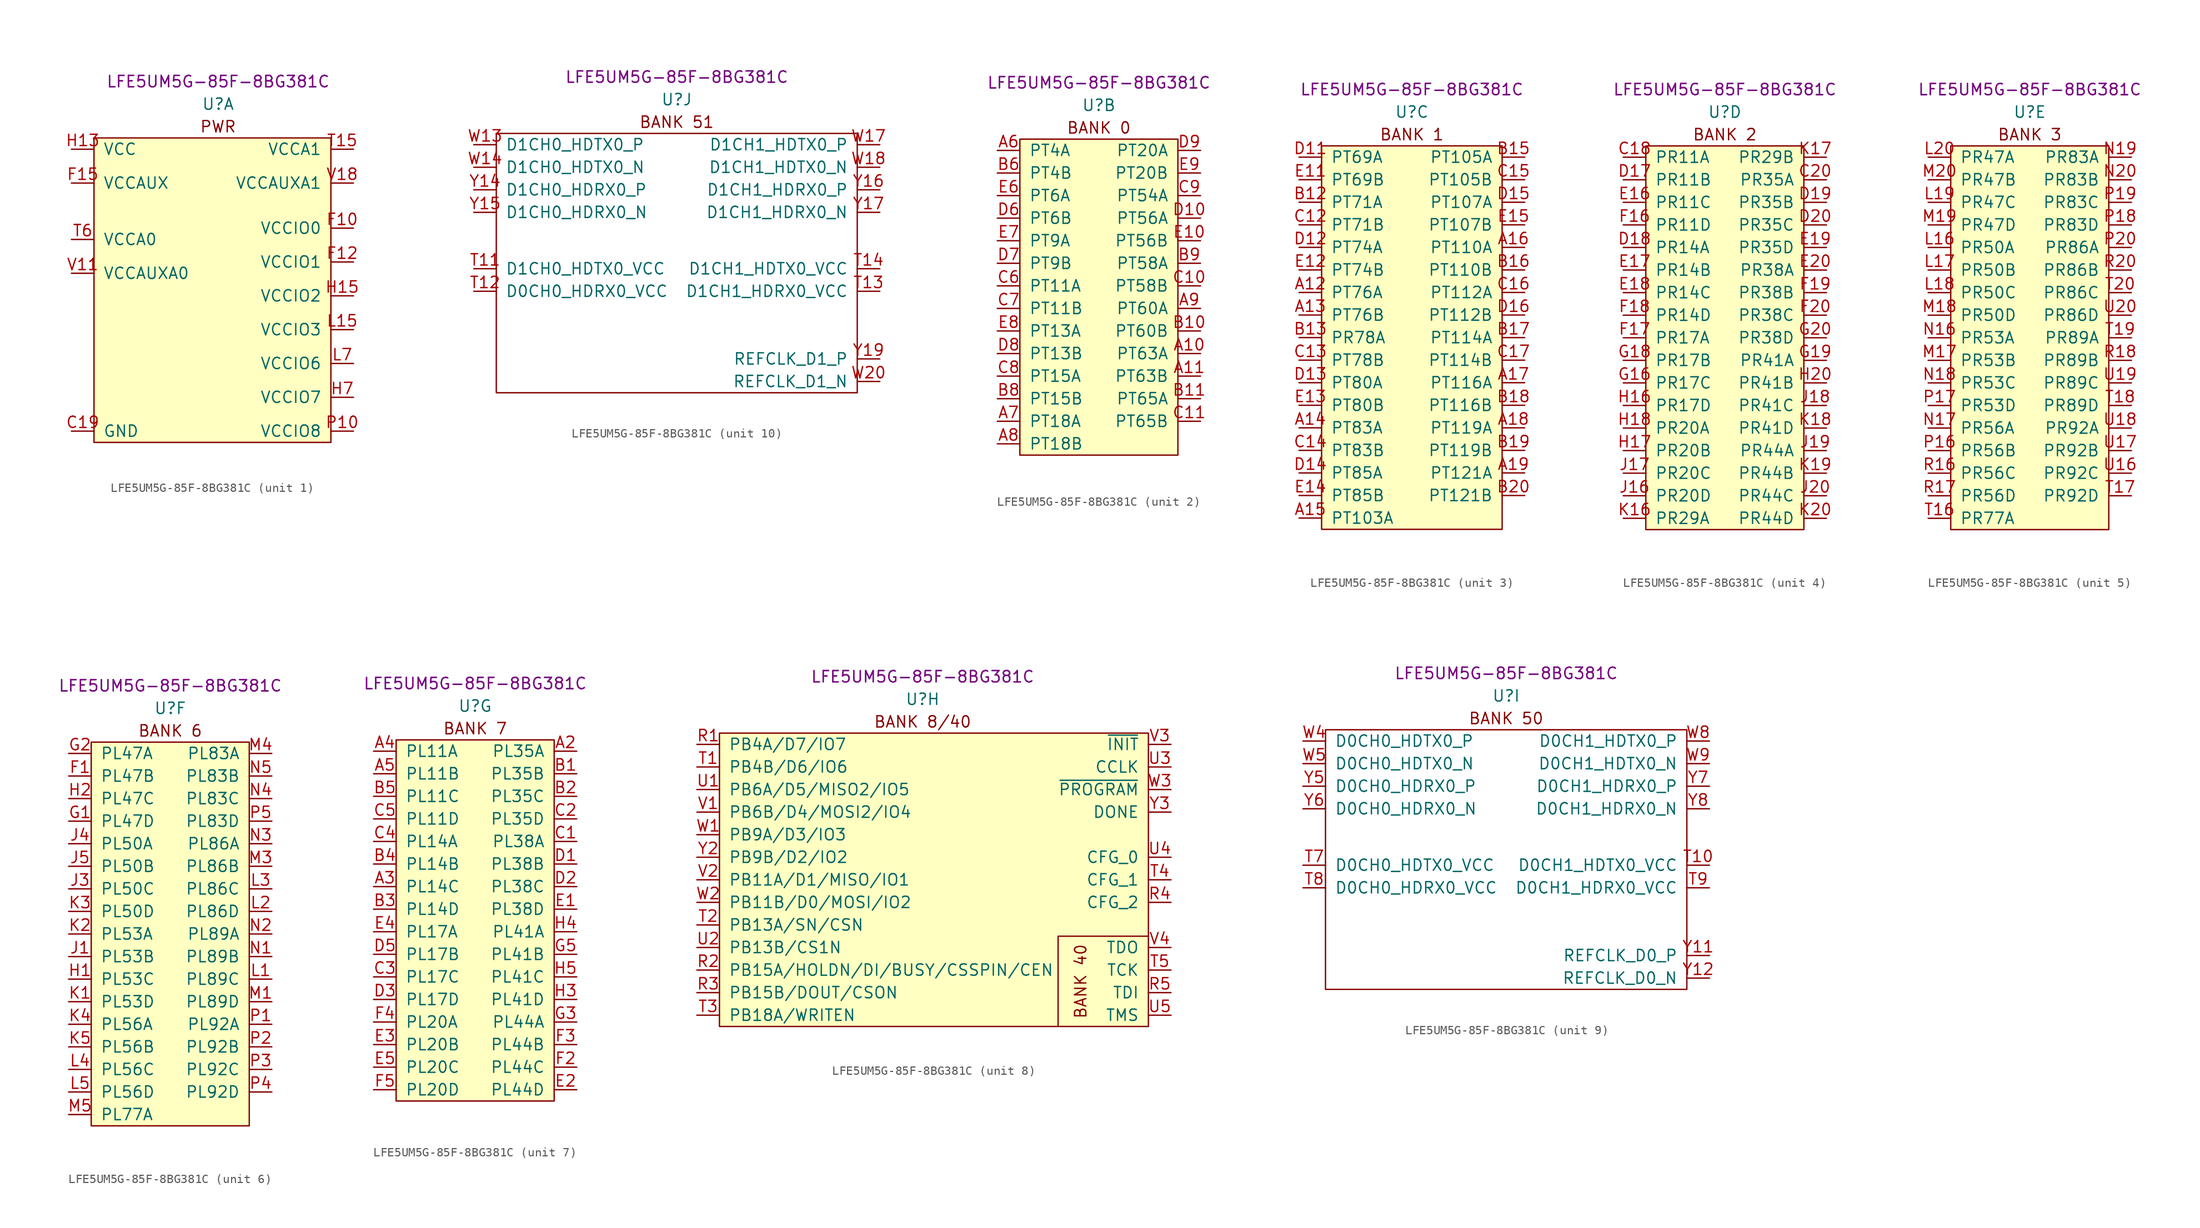
<source format=kicad_sym>
(kicad_symbol_lib
  (version 20231120)
  (generator "kicad_symbol_editor")
  (generator_version "8.0")
  (symbol "LFE5UM5G-85F-8BG381C"
    (pin_names
      (offset 1.016))
    (property "Reference" "U"
      (at 0 6.35 0)
      (effects (font (size 1.27 1.27))))
    (property "Value" "LFE5UM5G-85F-8BG381C"
      (at 0 8.89 0)
      (effects (font (size 1.27 1.27))))
    (property "MPN" "LFE5UM5G-85F-8BG381C"
      (at 0 8.89 0)
      (effects (font (size 1.27 1.27))))
    (property "ki_locked" ""
      (at 0 0 0)
      (effects (font (size 1.27 1.27))))
    (symbol "LFE5UM5G-85F-8BG381C_1_0"
      (text "PWR" (at 0 3.81 0) (effects (font (size 1.27 1.27)))))
    (symbol "LFE5UM5G-85F-8BG381C_1_1"
      (rectangle (start -13.97 2.54) (end 12.7 -31.75) (stroke (width 0) (type default)) (fill (type background)))
      (pin passive line (at -16.51 -30.48 0) (length 2.54) hide (name "GND" (effects (font (size 1.27 1.27)))) (number "B14" (effects (font (size 1.27 1.27)))))
      (pin passive line (at -16.51 -30.48 0) (length 2.54) hide (name "GND" (effects (font (size 1.27 1.27)))) (number "B7" (effects (font (size 1.27 1.27)))))
      (pin passive line (at -16.51 -30.48 0) (length 2.54) (name "GND" (effects (font (size 1.27 1.27)))) (number "C19" (effects (font (size 1.27 1.27)))))
      (pin passive line (at -16.51 -30.48 0) (length 2.54) hide (name "GND" (effects (font (size 1.27 1.27)))) (number "D4" (effects (font (size 1.27 1.27)))))
      (pin power_in line (at 15.24 -7.62 180) (length 2.54) (name "VCCIO0" (effects (font (size 1.27 1.27)))) (number "F10" (effects (font (size 1.27 1.27)))))
      (pin passive line (at 15.24 -11.43 180) (length 2.54) hide (name "VCCIO1" (effects (font (size 1.27 1.27)))) (number "F11" (effects (font (size 1.27 1.27)))))
      (pin power_in line (at 15.24 -11.43 180) (length 2.54) (name "VCCIO1" (effects (font (size 1.27 1.27)))) (number "F12" (effects (font (size 1.27 1.27)))))
      (pin passive line (at -16.51 -30.48 0) (length 2.54) hide (name "GND" (effects (font (size 1.27 1.27)))) (number "F13" (effects (font (size 1.27 1.27)))))
      (pin passive line (at -16.51 -30.48 0) (length 2.54) hide (name "GND" (effects (font (size 1.27 1.27)))) (number "F14" (effects (font (size 1.27 1.27)))))
      (pin power_in line (at -16.51 -2.54 0) (length 2.54) (name "VCCAUX" (effects (font (size 1.27 1.27)))) (number "F15" (effects (font (size 1.27 1.27)))))
      (pin passive line (at -16.51 -2.54 0) (length 2.54) hide (name "VCCAUX" (effects (font (size 1.27 1.27)))) (number "F6" (effects (font (size 1.27 1.27)))))
      (pin passive line (at -16.51 -30.48 0) (length 2.54) hide (name "GND" (effects (font (size 1.27 1.27)))) (number "F7" (effects (font (size 1.27 1.27)))))
      (pin passive line (at -16.51 -30.48 0) (length 2.54) hide (name "GND" (effects (font (size 1.27 1.27)))) (number "F8" (effects (font (size 1.27 1.27)))))
      (pin passive line (at 15.24 -7.62 180) (length 2.54) hide (name "VCCIO0" (effects (font (size 1.27 1.27)))) (number "F9" (effects (font (size 1.27 1.27)))))
      (pin passive line (at -16.51 -30.48 0) (length 2.54) hide (name "GND" (effects (font (size 1.27 1.27)))) (number "G10" (effects (font (size 1.27 1.27)))))
      (pin passive line (at -16.51 -30.48 0) (length 2.54) hide (name "GND" (effects (font (size 1.27 1.27)))) (number "G11" (effects (font (size 1.27 1.27)))))
      (pin passive line (at -16.51 -30.48 0) (length 2.54) hide (name "GND" (effects (font (size 1.27 1.27)))) (number "G12" (effects (font (size 1.27 1.27)))))
      (pin passive line (at -16.51 -30.48 0) (length 2.54) hide (name "GND" (effects (font (size 1.27 1.27)))) (number "G13" (effects (font (size 1.27 1.27)))))
      (pin passive line (at -16.51 -30.48 0) (length 2.54) hide (name "GND" (effects (font (size 1.27 1.27)))) (number "G14" (effects (font (size 1.27 1.27)))))
      (pin passive line (at -16.51 -30.48 0) (length 2.54) hide (name "GND" (effects (font (size 1.27 1.27)))) (number "G15" (effects (font (size 1.27 1.27)))))
      (pin passive line (at -16.51 -30.48 0) (length 2.54) hide (name "GND" (effects (font (size 1.27 1.27)))) (number "G17" (effects (font (size 1.27 1.27)))))
      (pin passive line (at -16.51 -30.48 0) (length 2.54) hide (name "GND" (effects (font (size 1.27 1.27)))) (number "G4" (effects (font (size 1.27 1.27)))))
      (pin passive line (at -16.51 -30.48 0) (length 2.54) hide (name "GND" (effects (font (size 1.27 1.27)))) (number "G6" (effects (font (size 1.27 1.27)))))
      (pin passive line (at -16.51 -30.48 0) (length 2.54) hide (name "GND" (effects (font (size 1.27 1.27)))) (number "G7" (effects (font (size 1.27 1.27)))))
      (pin passive line (at -16.51 -30.48 0) (length 2.54) hide (name "GND" (effects (font (size 1.27 1.27)))) (number "G8" (effects (font (size 1.27 1.27)))))
      (pin passive line (at -16.51 -30.48 0) (length 2.54) hide (name "GND" (effects (font (size 1.27 1.27)))) (number "G9" (effects (font (size 1.27 1.27)))))
      (pin passive line (at -16.51 1.27 0) (length 2.54) hide (name "VCC" (effects (font (size 1.27 1.27)))) (number "H10" (effects (font (size 1.27 1.27)))))
      (pin passive line (at -16.51 1.27 0) (length 2.54) hide (name "VCC" (effects (font (size 1.27 1.27)))) (number "H11" (effects (font (size 1.27 1.27)))))
      (pin passive line (at -16.51 1.27 0) (length 2.54) hide (name "VCC" (effects (font (size 1.27 1.27)))) (number "H12" (effects (font (size 1.27 1.27)))))
      (pin power_in line (at -16.51 1.27 0) (length 2.54) (name "VCC" (effects (font (size 1.27 1.27)))) (number "H13" (effects (font (size 1.27 1.27)))))
      (pin passive line (at 15.24 -15.24 180) (length 2.54) hide (name "VCCIO2" (effects (font (size 1.27 1.27)))) (number "H14" (effects (font (size 1.27 1.27)))))
      (pin power_in line (at 15.24 -15.24 180) (length 2.54) (name "VCCIO2" (effects (font (size 1.27 1.27)))) (number "H15" (effects (font (size 1.27 1.27)))))
      (pin passive line (at -16.51 -30.48 0) (length 2.54) hide (name "GND" (effects (font (size 1.27 1.27)))) (number "H19" (effects (font (size 1.27 1.27)))))
      (pin passive line (at 15.24 -26.67 180) (length 2.54) hide (name "VCCIO7" (effects (font (size 1.27 1.27)))) (number "H6" (effects (font (size 1.27 1.27)))))
      (pin power_in line (at 15.24 -26.67 180) (length 2.54) (name "VCCIO7" (effects (font (size 1.27 1.27)))) (number "H7" (effects (font (size 1.27 1.27)))))
      (pin passive line (at -16.51 1.27 0) (length 2.54) hide (name "VCC" (effects (font (size 1.27 1.27)))) (number "H8" (effects (font (size 1.27 1.27)))))
      (pin passive line (at -16.51 1.27 0) (length 2.54) hide (name "VCC" (effects (font (size 1.27 1.27)))) (number "H9" (effects (font (size 1.27 1.27)))))
      (pin passive line (at -16.51 -30.48 0) (length 2.54) hide (name "GND" (effects (font (size 1.27 1.27)))) (number "J10" (effects (font (size 1.27 1.27)))))
      (pin passive line (at -16.51 -30.48 0) (length 2.54) hide (name "GND" (effects (font (size 1.27 1.27)))) (number "J11" (effects (font (size 1.27 1.27)))))
      (pin passive line (at -16.51 -30.48 0) (length 2.54) hide (name "GND" (effects (font (size 1.27 1.27)))) (number "J12" (effects (font (size 1.27 1.27)))))
      (pin passive line (at -16.51 1.27 0) (length 2.54) hide (name "VCC" (effects (font (size 1.27 1.27)))) (number "J13" (effects (font (size 1.27 1.27)))))
      (pin passive line (at -16.51 -30.48 0) (length 2.54) hide (name "GND" (effects (font (size 1.27 1.27)))) (number "J14" (effects (font (size 1.27 1.27)))))
      (pin passive line (at 15.24 -15.24 180) (length 2.54) hide (name "VCCIO2" (effects (font (size 1.27 1.27)))) (number "J15" (effects (font (size 1.27 1.27)))))
      (pin passive line (at -16.51 -30.48 0) (length 2.54) hide (name "GND" (effects (font (size 1.27 1.27)))) (number "J2" (effects (font (size 1.27 1.27)))))
      (pin passive line (at 15.24 -26.67 180) (length 2.54) hide (name "VCCIO7" (effects (font (size 1.27 1.27)))) (number "J6" (effects (font (size 1.27 1.27)))))
      (pin passive line (at -16.51 -30.48 0) (length 2.54) hide (name "GND" (effects (font (size 1.27 1.27)))) (number "J7" (effects (font (size 1.27 1.27)))))
      (pin passive line (at -16.51 1.27 0) (length 2.54) hide (name "VCC" (effects (font (size 1.27 1.27)))) (number "J8" (effects (font (size 1.27 1.27)))))
      (pin passive line (at -16.51 -30.48 0) (length 2.54) hide (name "GND" (effects (font (size 1.27 1.27)))) (number "J9" (effects (font (size 1.27 1.27)))))
      (pin passive line (at -16.51 -30.48 0) (length 2.54) hide (name "GND" (effects (font (size 1.27 1.27)))) (number "K10" (effects (font (size 1.27 1.27)))))
      (pin passive line (at -16.51 -30.48 0) (length 2.54) hide (name "GND" (effects (font (size 1.27 1.27)))) (number "K11" (effects (font (size 1.27 1.27)))))
      (pin passive line (at -16.51 -30.48 0) (length 2.54) hide (name "GND" (effects (font (size 1.27 1.27)))) (number "K12" (effects (font (size 1.27 1.27)))))
      (pin passive line (at -16.51 1.27 0) (length 2.54) hide (name "VCC" (effects (font (size 1.27 1.27)))) (number "K13" (effects (font (size 1.27 1.27)))))
      (pin passive line (at -16.51 -30.48 0) (length 2.54) hide (name "GND" (effects (font (size 1.27 1.27)))) (number "K14" (effects (font (size 1.27 1.27)))))
      (pin passive line (at -16.51 -30.48 0) (length 2.54) hide (name "GND" (effects (font (size 1.27 1.27)))) (number "K15" (effects (font (size 1.27 1.27)))))
      (pin passive line (at -16.51 -30.48 0) (length 2.54) hide (name "GND" (effects (font (size 1.27 1.27)))) (number "K6" (effects (font (size 1.27 1.27)))))
      (pin passive line (at -16.51 -30.48 0) (length 2.54) hide (name "GND" (effects (font (size 1.27 1.27)))) (number "K7" (effects (font (size 1.27 1.27)))))
      (pin passive line (at -16.51 1.27 0) (length 2.54) hide (name "VCC" (effects (font (size 1.27 1.27)))) (number "K8" (effects (font (size 1.27 1.27)))))
      (pin passive line (at -16.51 -30.48 0) (length 2.54) hide (name "GND" (effects (font (size 1.27 1.27)))) (number "K9" (effects (font (size 1.27 1.27)))))
      (pin passive line (at -16.51 -30.48 0) (length 2.54) hide (name "GND" (effects (font (size 1.27 1.27)))) (number "L10" (effects (font (size 1.27 1.27)))))
      (pin passive line (at -16.51 -30.48 0) (length 2.54) hide (name "GND" (effects (font (size 1.27 1.27)))) (number "L11" (effects (font (size 1.27 1.27)))))
      (pin passive line (at -16.51 -30.48 0) (length 2.54) hide (name "GND" (effects (font (size 1.27 1.27)))) (number "L12" (effects (font (size 1.27 1.27)))))
      (pin passive line (at -16.51 1.27 0) (length 2.54) hide (name "VCC" (effects (font (size 1.27 1.27)))) (number "L13" (effects (font (size 1.27 1.27)))))
      (pin passive line (at 15.24 -19.05 180) (length 2.54) hide (name "VCCIO3" (effects (font (size 1.27 1.27)))) (number "L14" (effects (font (size 1.27 1.27)))))
      (pin power_in line (at 15.24 -19.05 180) (length 2.54) (name "VCCIO3" (effects (font (size 1.27 1.27)))) (number "L15" (effects (font (size 1.27 1.27)))))
      (pin passive line (at 15.24 -22.86 180) (length 2.54) hide (name "VCCIO6" (effects (font (size 1.27 1.27)))) (number "L6" (effects (font (size 1.27 1.27)))))
      (pin power_in line (at 15.24 -22.86 180) (length 2.54) (name "VCCIO6" (effects (font (size 1.27 1.27)))) (number "L7" (effects (font (size 1.27 1.27)))))
      (pin passive line (at -16.51 1.27 0) (length 2.54) hide (name "VCC" (effects (font (size 1.27 1.27)))) (number "L8" (effects (font (size 1.27 1.27)))))
      (pin passive line (at -16.51 -30.48 0) (length 2.54) hide (name "GND" (effects (font (size 1.27 1.27)))) (number "L9" (effects (font (size 1.27 1.27)))))
      (pin passive line (at -16.51 -30.48 0) (length 2.54) hide (name "GND" (effects (font (size 1.27 1.27)))) (number "M10" (effects (font (size 1.27 1.27)))))
      (pin passive line (at -16.51 -30.48 0) (length 2.54) hide (name "GND" (effects (font (size 1.27 1.27)))) (number "M11" (effects (font (size 1.27 1.27)))))
      (pin passive line (at -16.51 -30.48 0) (length 2.54) hide (name "GND" (effects (font (size 1.27 1.27)))) (number "M12" (effects (font (size 1.27 1.27)))))
      (pin passive line (at -16.51 1.27 0) (length 2.54) hide (name "VCC" (effects (font (size 1.27 1.27)))) (number "M13" (effects (font (size 1.27 1.27)))))
      (pin passive line (at -16.51 -30.48 0) (length 2.54) hide (name "GND" (effects (font (size 1.27 1.27)))) (number "M14" (effects (font (size 1.27 1.27)))))
      (pin passive line (at 15.24 -19.05 180) (length 2.54) hide (name "VCCIO3" (effects (font (size 1.27 1.27)))) (number "M15" (effects (font (size 1.27 1.27)))))
      (pin passive line (at -16.51 -30.48 0) (length 2.54) hide (name "GND" (effects (font (size 1.27 1.27)))) (number "M16" (effects (font (size 1.27 1.27)))))
      (pin passive line (at -16.51 -30.48 0) (length 2.54) hide (name "GND" (effects (font (size 1.27 1.27)))) (number "M2" (effects (font (size 1.27 1.27)))))
      (pin passive line (at 15.24 -22.86 180) (length 2.54) hide (name "VCCIO6" (effects (font (size 1.27 1.27)))) (number "M6" (effects (font (size 1.27 1.27)))))
      (pin passive line (at -16.51 -30.48 0) (length 2.54) hide (name "GND" (effects (font (size 1.27 1.27)))) (number "M7" (effects (font (size 1.27 1.27)))))
      (pin passive line (at -16.51 1.27 0) (length 2.54) hide (name "VCC" (effects (font (size 1.27 1.27)))) (number "M8" (effects (font (size 1.27 1.27)))))
      (pin passive line (at -16.51 -30.48 0) (length 2.54) hide (name "GND" (effects (font (size 1.27 1.27)))) (number "M9" (effects (font (size 1.27 1.27)))))
      (pin passive line (at -16.51 1.27 0) (length 2.54) hide (name "VCC" (effects (font (size 1.27 1.27)))) (number "N10" (effects (font (size 1.27 1.27)))))
      (pin passive line (at -16.51 1.27 0) (length 2.54) hide (name "VCC" (effects (font (size 1.27 1.27)))) (number "N11" (effects (font (size 1.27 1.27)))))
      (pin passive line (at -16.51 1.27 0) (length 2.54) hide (name "VCC" (effects (font (size 1.27 1.27)))) (number "N12" (effects (font (size 1.27 1.27)))))
      (pin passive line (at -16.51 1.27 0) (length 2.54) hide (name "VCC" (effects (font (size 1.27 1.27)))) (number "N13" (effects (font (size 1.27 1.27)))))
      (pin passive line (at -16.51 -30.48 0) (length 2.54) hide (name "GND" (effects (font (size 1.27 1.27)))) (number "N14" (effects (font (size 1.27 1.27)))))
      (pin passive line (at -16.51 -30.48 0) (length 2.54) hide (name "GND" (effects (font (size 1.27 1.27)))) (number "N15" (effects (font (size 1.27 1.27)))))
      (pin passive line (at -16.51 -30.48 0) (length 2.54) hide (name "GND" (effects (font (size 1.27 1.27)))) (number "N6" (effects (font (size 1.27 1.27)))))
      (pin passive line (at -16.51 -30.48 0) (length 2.54) hide (name "GND" (effects (font (size 1.27 1.27)))) (number "N7" (effects (font (size 1.27 1.27)))))
      (pin passive line (at -16.51 1.27 0) (length 2.54) hide (name "VCC" (effects (font (size 1.27 1.27)))) (number "N8" (effects (font (size 1.27 1.27)))))
      (pin passive line (at -16.51 1.27 0) (length 2.54) hide (name "VCC" (effects (font (size 1.27 1.27)))) (number "N9" (effects (font (size 1.27 1.27)))))
      (pin power_in line (at 15.24 -30.48 180) (length 2.54) (name "VCCIO8" (effects (font (size 1.27 1.27)))) (number "P10" (effects (font (size 1.27 1.27)))))
      (pin passive line (at -16.51 -30.48 0) (length 2.54) hide (name "GND" (effects (font (size 1.27 1.27)))) (number "P11" (effects (font (size 1.27 1.27)))))
      (pin passive line (at -16.51 -30.48 0) (length 2.54) hide (name "GND" (effects (font (size 1.27 1.27)))) (number "P12" (effects (font (size 1.27 1.27)))))
      (pin passive line (at -16.51 -30.48 0) (length 2.54) hide (name "GND" (effects (font (size 1.27 1.27)))) (number "P13" (effects (font (size 1.27 1.27)))))
      (pin passive line (at -16.51 -30.48 0) (length 2.54) hide (name "GND" (effects (font (size 1.27 1.27)))) (number "P14" (effects (font (size 1.27 1.27)))))
      (pin passive line (at -16.51 -2.54 0) (length 2.54) hide (name "VCCAUX" (effects (font (size 1.27 1.27)))) (number "P15" (effects (font (size 1.27 1.27)))))
      (pin passive line (at -16.51 -2.54 0) (length 2.54) hide (name "VCCAUX" (effects (font (size 1.27 1.27)))) (number "P6" (effects (font (size 1.27 1.27)))))
      (pin passive line (at -16.51 -30.48 0) (length 2.54) hide (name "GND" (effects (font (size 1.27 1.27)))) (number "P7" (effects (font (size 1.27 1.27)))))
      (pin passive line (at -16.51 -30.48 0) (length 2.54) hide (name "GND" (effects (font (size 1.27 1.27)))) (number "P8" (effects (font (size 1.27 1.27)))))
      (pin passive line (at 15.24 -30.48 180) (length 2.54) hide (name "VCCIO8" (effects (font (size 1.27 1.27)))) (number "P9" (effects (font (size 1.27 1.27)))))
      (pin passive line (at -16.51 -30.48 0) (length 2.54) hide (name "GND" (effects (font (size 1.27 1.27)))) (number "R19" (effects (font (size 1.27 1.27)))))
      (pin power_in line (at 15.24 1.27 180) (length 2.54) (name "VCCA1" (effects (font (size 1.27 1.27)))) (number "T15" (effects (font (size 1.27 1.27)))))
      (pin power_in line (at -16.51 -8.89 0) (length 2.54) (name "VCCA0" (effects (font (size 1.27 1.27)))) (number "T6" (effects (font (size 1.27 1.27)))))
      (pin passive line (at -16.51 -30.48 0) (length 2.54) hide (name "GND" (effects (font (size 1.27 1.27)))) (number "U10" (effects (font (size 1.27 1.27)))))
      (pin passive line (at -16.51 -30.48 0) (length 2.54) hide (name "GND" (effects (font (size 1.27 1.27)))) (number "U11" (effects (font (size 1.27 1.27)))))
      (pin passive line (at -16.51 -30.48 0) (length 2.54) hide (name "GND" (effects (font (size 1.27 1.27)))) (number "U12" (effects (font (size 1.27 1.27)))))
      (pin passive line (at -16.51 -30.48 0) (length 2.54) hide (name "GND" (effects (font (size 1.27 1.27)))) (number "U13" (effects (font (size 1.27 1.27)))))
      (pin passive line (at -16.51 -30.48 0) (length 2.54) hide (name "GND" (effects (font (size 1.27 1.27)))) (number "U14" (effects (font (size 1.27 1.27)))))
      (pin passive line (at 15.24 1.27 180) (length 2.54) hide (name "VCCA1" (effects (font (size 1.27 1.27)))) (number "U15" (effects (font (size 1.27 1.27)))))
      (pin passive line (at -16.51 -8.89 0) (length 2.54) hide (name "VCCA0" (effects (font (size 1.27 1.27)))) (number "U6" (effects (font (size 1.27 1.27)))))
      (pin passive line (at -16.51 -30.48 0) (length 2.54) hide (name "GND" (effects (font (size 1.27 1.27)))) (number "U7" (effects (font (size 1.27 1.27)))))
      (pin passive line (at -16.51 -30.48 0) (length 2.54) hide (name "GND" (effects (font (size 1.27 1.27)))) (number "U8" (effects (font (size 1.27 1.27)))))
      (pin passive line (at -16.51 -30.48 0) (length 2.54) hide (name "GND" (effects (font (size 1.27 1.27)))) (number "U9" (effects (font (size 1.27 1.27)))))
      (pin passive line (at -16.51 -12.7 0) (length 2.54) hide (name "VCCAUXA0" (effects (font (size 1.27 1.27)))) (number "V10" (effects (font (size 1.27 1.27)))))
      (pin power_in line (at -16.51 -12.7 0) (length 2.54) (name "VCCAUXA0" (effects (font (size 1.27 1.27)))) (number "V11" (effects (font (size 1.27 1.27)))))
      (pin passive line (at -16.51 -30.48 0) (length 2.54) hide (name "GND" (effects (font (size 1.27 1.27)))) (number "V12" (effects (font (size 1.27 1.27)))))
      (pin passive line (at -16.51 -30.48 0) (length 2.54) hide (name "GND" (effects (font (size 1.27 1.27)))) (number "V13" (effects (font (size 1.27 1.27)))))
      (pin passive line (at -16.51 -30.48 0) (length 2.54) hide (name "GND" (effects (font (size 1.27 1.27)))) (number "V14" (effects (font (size 1.27 1.27)))))
      (pin passive line (at -16.51 -30.48 0) (length 2.54) hide (name "GND" (effects (font (size 1.27 1.27)))) (number "V15" (effects (font (size 1.27 1.27)))))
      (pin passive line (at -16.51 -30.48 0) (length 2.54) hide (name "GND" (effects (font (size 1.27 1.27)))) (number "V16" (effects (font (size 1.27 1.27)))))
      (pin passive line (at 15.24 -2.54 180) (length 2.54) hide (name "VCCAUXA1" (effects (font (size 1.27 1.27)))) (number "V17" (effects (font (size 1.27 1.27)))))
      (pin power_in line (at 15.24 -2.54 180) (length 2.54) (name "VCCAUXA1" (effects (font (size 1.27 1.27)))) (number "V18" (effects (font (size 1.27 1.27)))))
      (pin passive line (at -16.51 -30.48 0) (length 2.54) hide (name "GND" (effects (font (size 1.27 1.27)))) (number "V19" (effects (font (size 1.27 1.27)))))
      (pin passive line (at -16.51 -30.48 0) (length 2.54) hide (name "GND" (effects (font (size 1.27 1.27)))) (number "V20" (effects (font (size 1.27 1.27)))))
      (pin passive line (at -16.51 -30.48 0) (length 2.54) hide (name "GND" (effects (font (size 1.27 1.27)))) (number "V5" (effects (font (size 1.27 1.27)))))
      (pin passive line (at -16.51 -30.48 0) (length 2.54) hide (name "GND" (effects (font (size 1.27 1.27)))) (number "V6" (effects (font (size 1.27 1.27)))))
      (pin passive line (at -16.51 -30.48 0) (length 2.54) hide (name "GND" (effects (font (size 1.27 1.27)))) (number "V7" (effects (font (size 1.27 1.27)))))
      (pin passive line (at -16.51 -30.48 0) (length 2.54) hide (name "GND" (effects (font (size 1.27 1.27)))) (number "V8" (effects (font (size 1.27 1.27)))))
      (pin passive line (at -16.51 -30.48 0) (length 2.54) hide (name "GND" (effects (font (size 1.27 1.27)))) (number "V9" (effects (font (size 1.27 1.27)))))
      (pin no_connect non_logic (at -16.51 -22.86 0) (length 2.54) hide (name "RESERVED" (effects (font (size 1.27 1.27)))) (number "W10" (effects (font (size 1.27 1.27)))))
      (pin no_connect non_logic (at -16.51 -20.32 0) (length 2.54) hide (name "RESERVED" (effects (font (size 1.27 1.27)))) (number "W11" (effects (font (size 1.27 1.27)))))
      (pin passive line (at -16.51 -30.48 0) (length 2.54) hide (name "GND" (effects (font (size 1.27 1.27)))) (number "W12" (effects (font (size 1.27 1.27)))))
      (pin passive line (at -16.51 -30.48 0) (length 2.54) hide (name "GND" (effects (font (size 1.27 1.27)))) (number "W15" (effects (font (size 1.27 1.27)))))
      (pin passive line (at -16.51 -30.48 0) (length 2.54) hide (name "GND" (effects (font (size 1.27 1.27)))) (number "W16" (effects (font (size 1.27 1.27)))))
      (pin passive line (at -16.51 -30.48 0) (length 2.54) hide (name "GND" (effects (font (size 1.27 1.27)))) (number "W19" (effects (font (size 1.27 1.27)))))
      (pin passive line (at -16.51 -30.48 0) (length 2.54) hide (name "GND" (effects (font (size 1.27 1.27)))) (number "W6" (effects (font (size 1.27 1.27)))))
      (pin passive line (at -16.51 -30.48 0) (length 2.54) hide (name "GND" (effects (font (size 1.27 1.27)))) (number "W7" (effects (font (size 1.27 1.27))))))
    (symbol "LFE5UM5G-85F-8BG381C_2_0"
      (rectangle (start -8.89 2.54) (end 8.89 -33.02) (stroke (width 0) (type default)) (fill (type background)))
      (text "BANK 0" (at 0 3.81 0) (effects (font (size 1.27 1.27)))))
    (symbol "LFE5UM5G-85F-8BG381C_2_1"
      (pin bidirectional line (at 11.43 -21.59 180) (length 2.54) (name "PT63A" (effects (font (size 1.27 1.27)))) (number "A10" (effects (font (size 1.27 1.27)))))
      (pin bidirectional line (at 11.43 -24.13 180) (length 2.54) (name "PT63B" (effects (font (size 1.27 1.27)))) (number "A11" (effects (font (size 1.27 1.27)))))
      (pin bidirectional line (at -11.43 1.27 0) (length 2.54) (name "PT4A" (effects (font (size 1.27 1.27)))) (number "A6" (effects (font (size 1.27 1.27)))))
      (pin bidirectional line (at -11.43 -29.21 0) (length 2.54) (name "PT18A" (effects (font (size 1.27 1.27)))) (number "A7" (effects (font (size 1.27 1.27)))))
      (pin bidirectional line (at -11.43 -31.75 0) (length 2.54) (name "PT18B" (effects (font (size 1.27 1.27)))) (number "A8" (effects (font (size 1.27 1.27)))))
      (pin bidirectional line (at 11.43 -16.51 180) (length 2.54) (name "PT60A" (effects (font (size 1.27 1.27)))) (number "A9" (effects (font (size 1.27 1.27)))))
      (pin bidirectional line (at 11.43 -19.05 180) (length 2.54) (name "PT60B" (effects (font (size 1.27 1.27)))) (number "B10" (effects (font (size 1.27 1.27)))))
      (pin bidirectional line (at 11.43 -26.67 180) (length 2.54) (name "PT65A" (effects (font (size 1.27 1.27)))) (number "B11" (effects (font (size 1.27 1.27)))))
      (pin bidirectional line (at -11.43 -1.27 0) (length 2.54) (name "PT4B" (effects (font (size 1.27 1.27)))) (number "B6" (effects (font (size 1.27 1.27)))))
      (pin bidirectional line (at -11.43 -26.67 0) (length 2.54) (name "PT15B" (effects (font (size 1.27 1.27)))) (number "B8" (effects (font (size 1.27 1.27)))))
      (pin bidirectional line (at 11.43 -11.43 180) (length 2.54) (name "PT58A" (effects (font (size 1.27 1.27)))) (number "B9" (effects (font (size 1.27 1.27)))))
      (pin bidirectional line (at 11.43 -13.97 180) (length 2.54) (name "PT58B" (effects (font (size 1.27 1.27)))) (number "C10" (effects (font (size 1.27 1.27)))))
      (pin bidirectional line (at 11.43 -29.21 180) (length 2.54) (name "PT65B" (effects (font (size 1.27 1.27)))) (number "C11" (effects (font (size 1.27 1.27)))))
      (pin bidirectional line (at -11.43 -13.97 0) (length 2.54) (name "PT11A" (effects (font (size 1.27 1.27)))) (number "C6" (effects (font (size 1.27 1.27)))))
      (pin bidirectional line (at -11.43 -16.51 0) (length 2.54) (name "PT11B" (effects (font (size 1.27 1.27)))) (number "C7" (effects (font (size 1.27 1.27)))))
      (pin bidirectional line (at -11.43 -24.13 0) (length 2.54) (name "PT15A" (effects (font (size 1.27 1.27)))) (number "C8" (effects (font (size 1.27 1.27)))))
      (pin bidirectional line (at 11.43 -3.81 180) (length 2.54) (name "PT54A" (effects (font (size 1.27 1.27)))) (number "C9" (effects (font (size 1.27 1.27)))))
      (pin bidirectional line (at 11.43 -6.35 180) (length 2.54) (name "PT56A" (effects (font (size 1.27 1.27)))) (number "D10" (effects (font (size 1.27 1.27)))))
      (pin bidirectional line (at -11.43 -6.35 0) (length 2.54) (name "PT6B" (effects (font (size 1.27 1.27)))) (number "D6" (effects (font (size 1.27 1.27)))))
      (pin bidirectional line (at -11.43 -11.43 0) (length 2.54) (name "PT9B" (effects (font (size 1.27 1.27)))) (number "D7" (effects (font (size 1.27 1.27)))))
      (pin bidirectional line (at -11.43 -21.59 0) (length 2.54) (name "PT13B" (effects (font (size 1.27 1.27)))) (number "D8" (effects (font (size 1.27 1.27)))))
      (pin bidirectional line (at 11.43 1.27 180) (length 2.54) (name "PT20A" (effects (font (size 1.27 1.27)))) (number "D9" (effects (font (size 1.27 1.27)))))
      (pin bidirectional line (at 11.43 -8.89 180) (length 2.54) (name "PT56B" (effects (font (size 1.27 1.27)))) (number "E10" (effects (font (size 1.27 1.27)))))
      (pin bidirectional line (at -11.43 -3.81 0) (length 2.54) (name "PT6A" (effects (font (size 1.27 1.27)))) (number "E6" (effects (font (size 1.27 1.27)))))
      (pin bidirectional line (at -11.43 -8.89 0) (length 2.54) (name "PT9A" (effects (font (size 1.27 1.27)))) (number "E7" (effects (font (size 1.27 1.27)))))
      (pin bidirectional line (at -11.43 -19.05 0) (length 2.54) (name "PT13A" (effects (font (size 1.27 1.27)))) (number "E8" (effects (font (size 1.27 1.27)))))
      (pin bidirectional line (at 11.43 -1.27 180) (length 2.54) (name "PT20B" (effects (font (size 1.27 1.27)))) (number "E9" (effects (font (size 1.27 1.27))))))
    (symbol "LFE5UM5G-85F-8BG381C_3_0"
      (rectangle (start -10.16 2.54) (end 10.16 -40.64) (stroke (width 0) (type default)) (fill (type background)))
      (text "BANK 1" (at 0 3.81 0) (effects (font (size 1.27 1.27)))))
    (symbol "LFE5UM5G-85F-8BG381C_3_1"
      (pin bidirectional line (at -12.7 -13.97 0) (length 2.54) (name "PT76A" (effects (font (size 1.27 1.27)))) (number "A12" (effects (font (size 1.27 1.27)))))
      (pin bidirectional line (at -12.7 -16.51 0) (length 2.54) (name "PT76B" (effects (font (size 1.27 1.27)))) (number "A13" (effects (font (size 1.27 1.27)))))
      (pin bidirectional line (at -12.7 -29.21 0) (length 2.54) (name "PT83A" (effects (font (size 1.27 1.27)))) (number "A14" (effects (font (size 1.27 1.27)))))
      (pin bidirectional line (at -12.7 -39.37 0) (length 2.54) (name "PT103A" (effects (font (size 1.27 1.27)))) (number "A15" (effects (font (size 1.27 1.27)))))
      (pin bidirectional line (at 12.7 -8.89 180) (length 2.54) (name "PT110A" (effects (font (size 1.27 1.27)))) (number "A16" (effects (font (size 1.27 1.27)))))
      (pin bidirectional line (at 12.7 -24.13 180) (length 2.54) (name "PT116A" (effects (font (size 1.27 1.27)))) (number "A17" (effects (font (size 1.27 1.27)))))
      (pin bidirectional line (at 12.7 -29.21 180) (length 2.54) (name "PT119A" (effects (font (size 1.27 1.27)))) (number "A18" (effects (font (size 1.27 1.27)))))
      (pin bidirectional line (at 12.7 -34.29 180) (length 2.54) (name "PT121A" (effects (font (size 1.27 1.27)))) (number "A19" (effects (font (size 1.27 1.27)))))
      (pin bidirectional line (at -12.7 -3.81 0) (length 2.54) (name "PT71A" (effects (font (size 1.27 1.27)))) (number "B12" (effects (font (size 1.27 1.27)))))
      (pin bidirectional line (at -12.7 -19.05 0) (length 2.54) (name "PR78A" (effects (font (size 1.27 1.27)))) (number "B13" (effects (font (size 1.27 1.27)))))
      (pin bidirectional line (at 12.7 1.27 180) (length 2.54) (name "PT105A" (effects (font (size 1.27 1.27)))) (number "B15" (effects (font (size 1.27 1.27)))))
      (pin bidirectional line (at 12.7 -11.43 180) (length 2.54) (name "PT110B" (effects (font (size 1.27 1.27)))) (number "B16" (effects (font (size 1.27 1.27)))))
      (pin bidirectional line (at 12.7 -19.05 180) (length 2.54) (name "PT114A" (effects (font (size 1.27 1.27)))) (number "B17" (effects (font (size 1.27 1.27)))))
      (pin bidirectional line (at 12.7 -26.67 180) (length 2.54) (name "PT116B" (effects (font (size 1.27 1.27)))) (number "B18" (effects (font (size 1.27 1.27)))))
      (pin bidirectional line (at 12.7 -31.75 180) (length 2.54) (name "PT119B" (effects (font (size 1.27 1.27)))) (number "B19" (effects (font (size 1.27 1.27)))))
      (pin bidirectional line (at 12.7 -36.83 180) (length 2.54) (name "PT121B" (effects (font (size 1.27 1.27)))) (number "B20" (effects (font (size 1.27 1.27)))))
      (pin bidirectional line (at -12.7 -6.35 0) (length 2.54) (name "PT71B" (effects (font (size 1.27 1.27)))) (number "C12" (effects (font (size 1.27 1.27)))))
      (pin bidirectional line (at -12.7 -21.59 0) (length 2.54) (name "PT78B" (effects (font (size 1.27 1.27)))) (number "C13" (effects (font (size 1.27 1.27)))))
      (pin bidirectional line (at -12.7 -31.75 0) (length 2.54) (name "PT83B" (effects (font (size 1.27 1.27)))) (number "C14" (effects (font (size 1.27 1.27)))))
      (pin bidirectional line (at 12.7 -1.27 180) (length 2.54) (name "PT105B" (effects (font (size 1.27 1.27)))) (number "C15" (effects (font (size 1.27 1.27)))))
      (pin bidirectional line (at 12.7 -13.97 180) (length 2.54) (name "PT112A" (effects (font (size 1.27 1.27)))) (number "C16" (effects (font (size 1.27 1.27)))))
      (pin bidirectional line (at 12.7 -21.59 180) (length 2.54) (name "PT114B" (effects (font (size 1.27 1.27)))) (number "C17" (effects (font (size 1.27 1.27)))))
      (pin bidirectional line (at -12.7 1.27 0) (length 2.54) (name "PT69A" (effects (font (size 1.27 1.27)))) (number "D11" (effects (font (size 1.27 1.27)))))
      (pin bidirectional line (at -12.7 -8.89 0) (length 2.54) (name "PT74A" (effects (font (size 1.27 1.27)))) (number "D12" (effects (font (size 1.27 1.27)))))
      (pin bidirectional line (at -12.7 -24.13 0) (length 2.54) (name "PT80A" (effects (font (size 1.27 1.27)))) (number "D13" (effects (font (size 1.27 1.27)))))
      (pin bidirectional line (at -12.7 -34.29 0) (length 2.54) (name "PT85A" (effects (font (size 1.27 1.27)))) (number "D14" (effects (font (size 1.27 1.27)))))
      (pin bidirectional line (at 12.7 -3.81 180) (length 2.54) (name "PT107A" (effects (font (size 1.27 1.27)))) (number "D15" (effects (font (size 1.27 1.27)))))
      (pin bidirectional line (at 12.7 -16.51 180) (length 2.54) (name "PT112B" (effects (font (size 1.27 1.27)))) (number "D16" (effects (font (size 1.27 1.27)))))
      (pin bidirectional line (at -12.7 -1.27 0) (length 2.54) (name "PT69B" (effects (font (size 1.27 1.27)))) (number "E11" (effects (font (size 1.27 1.27)))))
      (pin bidirectional line (at -12.7 -11.43 0) (length 2.54) (name "PT74B" (effects (font (size 1.27 1.27)))) (number "E12" (effects (font (size 1.27 1.27)))))
      (pin bidirectional line (at -12.7 -26.67 0) (length 2.54) (name "PT80B" (effects (font (size 1.27 1.27)))) (number "E13" (effects (font (size 1.27 1.27)))))
      (pin bidirectional line (at -12.7 -36.83 0) (length 2.54) (name "PT85B" (effects (font (size 1.27 1.27)))) (number "E14" (effects (font (size 1.27 1.27)))))
      (pin bidirectional line (at 12.7 -6.35 180) (length 2.54) (name "PT107B" (effects (font (size 1.27 1.27)))) (number "E15" (effects (font (size 1.27 1.27))))))
    (symbol "LFE5UM5G-85F-8BG381C_4_0"
      (rectangle (start -8.89 2.54) (end 8.89 -40.64) (stroke (width 0) (type default)) (fill (type background)))
      (text "BANK 2" (at 0 3.81 0) (effects (font (size 1.27 1.27)))))
    (symbol "LFE5UM5G-85F-8BG381C_4_1"
      (pin bidirectional line (at -11.43 1.27 0) (length 2.54) (name "PR11A" (effects (font (size 1.27 1.27)))) (number "C18" (effects (font (size 1.27 1.27)))))
      (pin bidirectional line (at 11.43 -1.27 180) (length 2.54) (name "PR35A" (effects (font (size 1.27 1.27)))) (number "C20" (effects (font (size 1.27 1.27)))))
      (pin bidirectional line (at -11.43 -1.27 0) (length 2.54) (name "PR11B" (effects (font (size 1.27 1.27)))) (number "D17" (effects (font (size 1.27 1.27)))))
      (pin bidirectional line (at -11.43 -8.89 0) (length 2.54) (name "PR14A" (effects (font (size 1.27 1.27)))) (number "D18" (effects (font (size 1.27 1.27)))))
      (pin bidirectional line (at 11.43 -3.81 180) (length 2.54) (name "PR35B" (effects (font (size 1.27 1.27)))) (number "D19" (effects (font (size 1.27 1.27)))))
      (pin bidirectional line (at 11.43 -6.35 180) (length 2.54) (name "PR35C" (effects (font (size 1.27 1.27)))) (number "D20" (effects (font (size 1.27 1.27)))))
      (pin bidirectional line (at -11.43 -3.81 0) (length 2.54) (name "PR11C" (effects (font (size 1.27 1.27)))) (number "E16" (effects (font (size 1.27 1.27)))))
      (pin bidirectional line (at -11.43 -11.43 0) (length 2.54) (name "PR14B" (effects (font (size 1.27 1.27)))) (number "E17" (effects (font (size 1.27 1.27)))))
      (pin bidirectional line (at -11.43 -13.97 0) (length 2.54) (name "PR14C" (effects (font (size 1.27 1.27)))) (number "E18" (effects (font (size 1.27 1.27)))))
      (pin bidirectional line (at 11.43 -8.89 180) (length 2.54) (name "PR35D" (effects (font (size 1.27 1.27)))) (number "E19" (effects (font (size 1.27 1.27)))))
      (pin bidirectional line (at 11.43 -11.43 180) (length 2.54) (name "PR38A" (effects (font (size 1.27 1.27)))) (number "E20" (effects (font (size 1.27 1.27)))))
      (pin bidirectional line (at -11.43 -6.35 0) (length 2.54) (name "PR11D" (effects (font (size 1.27 1.27)))) (number "F16" (effects (font (size 1.27 1.27)))))
      (pin bidirectional line (at -11.43 -19.05 0) (length 2.54) (name "PR17A" (effects (font (size 1.27 1.27)))) (number "F17" (effects (font (size 1.27 1.27)))))
      (pin bidirectional line (at -11.43 -16.51 0) (length 2.54) (name "PR14D" (effects (font (size 1.27 1.27)))) (number "F18" (effects (font (size 1.27 1.27)))))
      (pin bidirectional line (at 11.43 -13.97 180) (length 2.54) (name "PR38B" (effects (font (size 1.27 1.27)))) (number "F19" (effects (font (size 1.27 1.27)))))
      (pin bidirectional line (at 11.43 -16.51 180) (length 2.54) (name "PR38C" (effects (font (size 1.27 1.27)))) (number "F20" (effects (font (size 1.27 1.27)))))
      (pin bidirectional line (at -11.43 -24.13 0) (length 2.54) (name "PR17C" (effects (font (size 1.27 1.27)))) (number "G16" (effects (font (size 1.27 1.27)))))
      (pin bidirectional line (at -11.43 -21.59 0) (length 2.54) (name "PR17B" (effects (font (size 1.27 1.27)))) (number "G18" (effects (font (size 1.27 1.27)))))
      (pin bidirectional line (at 11.43 -21.59 180) (length 2.54) (name "PR41A" (effects (font (size 1.27 1.27)))) (number "G19" (effects (font (size 1.27 1.27)))))
      (pin bidirectional line (at 11.43 -19.05 180) (length 2.54) (name "PR38D" (effects (font (size 1.27 1.27)))) (number "G20" (effects (font (size 1.27 1.27)))))
      (pin bidirectional line (at -11.43 -26.67 0) (length 2.54) (name "PR17D" (effects (font (size 1.27 1.27)))) (number "H16" (effects (font (size 1.27 1.27)))))
      (pin bidirectional line (at -11.43 -31.75 0) (length 2.54) (name "PR20B" (effects (font (size 1.27 1.27)))) (number "H17" (effects (font (size 1.27 1.27)))))
      (pin bidirectional line (at -11.43 -29.21 0) (length 2.54) (name "PR20A" (effects (font (size 1.27 1.27)))) (number "H18" (effects (font (size 1.27 1.27)))))
      (pin bidirectional line (at 11.43 -24.13 180) (length 2.54) (name "PR41B" (effects (font (size 1.27 1.27)))) (number "H20" (effects (font (size 1.27 1.27)))))
      (pin bidirectional line (at -11.43 -36.83 0) (length 2.54) (name "PR20D" (effects (font (size 1.27 1.27)))) (number "J16" (effects (font (size 1.27 1.27)))))
      (pin bidirectional line (at -11.43 -34.29 0) (length 2.54) (name "PR20C" (effects (font (size 1.27 1.27)))) (number "J17" (effects (font (size 1.27 1.27)))))
      (pin bidirectional line (at 11.43 -26.67 180) (length 2.54) (name "PR41C" (effects (font (size 1.27 1.27)))) (number "J18" (effects (font (size 1.27 1.27)))))
      (pin bidirectional line (at 11.43 -31.75 180) (length 2.54) (name "PR44A" (effects (font (size 1.27 1.27)))) (number "J19" (effects (font (size 1.27 1.27)))))
      (pin bidirectional line (at 11.43 -36.83 180) (length 2.54) (name "PR44C" (effects (font (size 1.27 1.27)))) (number "J20" (effects (font (size 1.27 1.27)))))
      (pin bidirectional line (at -11.43 -39.37 0) (length 2.54) (name "PR29A" (effects (font (size 1.27 1.27)))) (number "K16" (effects (font (size 1.27 1.27)))))
      (pin bidirectional line (at 11.43 1.27 180) (length 2.54) (name "PR29B" (effects (font (size 1.27 1.27)))) (number "K17" (effects (font (size 1.27 1.27)))))
      (pin bidirectional line (at 11.43 -29.21 180) (length 2.54) (name "PR41D" (effects (font (size 1.27 1.27)))) (number "K18" (effects (font (size 1.27 1.27)))))
      (pin bidirectional line (at 11.43 -34.29 180) (length 2.54) (name "PR44B" (effects (font (size 1.27 1.27)))) (number "K19" (effects (font (size 1.27 1.27)))))
      (pin bidirectional line (at 11.43 -39.37 180) (length 2.54) (name "PR44D" (effects (font (size 1.27 1.27)))) (number "K20" (effects (font (size 1.27 1.27))))))
    (symbol "LFE5UM5G-85F-8BG381C_5_0"
      (rectangle (start -8.89 2.54) (end 8.89 -40.64) (stroke (width 0) (type default)) (fill (type background)))
      (text "BANK 3" (at 0 3.81 0) (effects (font (size 1.27 1.27)))))
    (symbol "LFE5UM5G-85F-8BG381C_5_1"
      (pin bidirectional line (at -11.43 -8.89 0) (length 2.54) (name "PR50A" (effects (font (size 1.27 1.27)))) (number "L16" (effects (font (size 1.27 1.27)))))
      (pin bidirectional line (at -11.43 -11.43 0) (length 2.54) (name "PR50B" (effects (font (size 1.27 1.27)))) (number "L17" (effects (font (size 1.27 1.27)))))
      (pin bidirectional line (at -11.43 -13.97 0) (length 2.54) (name "PR50C" (effects (font (size 1.27 1.27)))) (number "L18" (effects (font (size 1.27 1.27)))))
      (pin bidirectional line (at -11.43 -3.81 0) (length 2.54) (name "PR47C" (effects (font (size 1.27 1.27)))) (number "L19" (effects (font (size 1.27 1.27)))))
      (pin bidirectional line (at -11.43 1.27 0) (length 2.54) (name "PR47A" (effects (font (size 1.27 1.27)))) (number "L20" (effects (font (size 1.27 1.27)))))
      (pin bidirectional line (at -11.43 -21.59 0) (length 2.54) (name "PR53B" (effects (font (size 1.27 1.27)))) (number "M17" (effects (font (size 1.27 1.27)))))
      (pin bidirectional line (at -11.43 -16.51 0) (length 2.54) (name "PR50D" (effects (font (size 1.27 1.27)))) (number "M18" (effects (font (size 1.27 1.27)))))
      (pin bidirectional line (at -11.43 -6.35 0) (length 2.54) (name "PR47D" (effects (font (size 1.27 1.27)))) (number "M19" (effects (font (size 1.27 1.27)))))
      (pin bidirectional line (at -11.43 -1.27 0) (length 2.54) (name "PR47B" (effects (font (size 1.27 1.27)))) (number "M20" (effects (font (size 1.27 1.27)))))
      (pin bidirectional line (at -11.43 -19.05 0) (length 2.54) (name "PR53A" (effects (font (size 1.27 1.27)))) (number "N16" (effects (font (size 1.27 1.27)))))
      (pin bidirectional line (at -11.43 -29.21 0) (length 2.54) (name "PR56A" (effects (font (size 1.27 1.27)))) (number "N17" (effects (font (size 1.27 1.27)))))
      (pin bidirectional line (at -11.43 -24.13 0) (length 2.54) (name "PR53C" (effects (font (size 1.27 1.27)))) (number "N18" (effects (font (size 1.27 1.27)))))
      (pin bidirectional line (at 11.43 1.27 180) (length 2.54) (name "PR83A" (effects (font (size 1.27 1.27)))) (number "N19" (effects (font (size 1.27 1.27)))))
      (pin bidirectional line (at 11.43 -1.27 180) (length 2.54) (name "PR83B" (effects (font (size 1.27 1.27)))) (number "N20" (effects (font (size 1.27 1.27)))))
      (pin bidirectional line (at -11.43 -31.75 0) (length 2.54) (name "PR56B" (effects (font (size 1.27 1.27)))) (number "P16" (effects (font (size 1.27 1.27)))))
      (pin bidirectional line (at -11.43 -26.67 0) (length 2.54) (name "PR53D" (effects (font (size 1.27 1.27)))) (number "P17" (effects (font (size 1.27 1.27)))))
      (pin bidirectional line (at 11.43 -6.35 180) (length 2.54) (name "PR83D" (effects (font (size 1.27 1.27)))) (number "P18" (effects (font (size 1.27 1.27)))))
      (pin bidirectional line (at 11.43 -3.81 180) (length 2.54) (name "PR83C" (effects (font (size 1.27 1.27)))) (number "P19" (effects (font (size 1.27 1.27)))))
      (pin bidirectional line (at 11.43 -8.89 180) (length 2.54) (name "PR86A" (effects (font (size 1.27 1.27)))) (number "P20" (effects (font (size 1.27 1.27)))))
      (pin bidirectional line (at -11.43 -34.29 0) (length 2.54) (name "PR56C" (effects (font (size 1.27 1.27)))) (number "R16" (effects (font (size 1.27 1.27)))))
      (pin bidirectional line (at -11.43 -36.83 0) (length 2.54) (name "PR56D" (effects (font (size 1.27 1.27)))) (number "R17" (effects (font (size 1.27 1.27)))))
      (pin bidirectional line (at 11.43 -21.59 180) (length 2.54) (name "PR89B" (effects (font (size 1.27 1.27)))) (number "R18" (effects (font (size 1.27 1.27)))))
      (pin bidirectional line (at 11.43 -11.43 180) (length 2.54) (name "PR86B" (effects (font (size 1.27 1.27)))) (number "R20" (effects (font (size 1.27 1.27)))))
      (pin bidirectional line (at -11.43 -39.37 0) (length 2.54) (name "PR77A" (effects (font (size 1.27 1.27)))) (number "T16" (effects (font (size 1.27 1.27)))))
      (pin bidirectional line (at 11.43 -36.83 180) (length 2.54) (name "PR92D" (effects (font (size 1.27 1.27)))) (number "T17" (effects (font (size 1.27 1.27)))))
      (pin bidirectional line (at 11.43 -26.67 180) (length 2.54) (name "PR89D" (effects (font (size 1.27 1.27)))) (number "T18" (effects (font (size 1.27 1.27)))))
      (pin bidirectional line (at 11.43 -19.05 180) (length 2.54) (name "PR89A" (effects (font (size 1.27 1.27)))) (number "T19" (effects (font (size 1.27 1.27)))))
      (pin bidirectional line (at 11.43 -13.97 180) (length 2.54) (name "PR86C" (effects (font (size 1.27 1.27)))) (number "T20" (effects (font (size 1.27 1.27)))))
      (pin bidirectional line (at 11.43 -34.29 180) (length 2.54) (name "PR92C" (effects (font (size 1.27 1.27)))) (number "U16" (effects (font (size 1.27 1.27)))))
      (pin bidirectional line (at 11.43 -31.75 180) (length 2.54) (name "PR92B" (effects (font (size 1.27 1.27)))) (number "U17" (effects (font (size 1.27 1.27)))))
      (pin bidirectional line (at 11.43 -29.21 180) (length 2.54) (name "PR92A" (effects (font (size 1.27 1.27)))) (number "U18" (effects (font (size 1.27 1.27)))))
      (pin bidirectional line (at 11.43 -24.13 180) (length 2.54) (name "PR89C" (effects (font (size 1.27 1.27)))) (number "U19" (effects (font (size 1.27 1.27)))))
      (pin bidirectional line (at 11.43 -16.51 180) (length 2.54) (name "PR86D" (effects (font (size 1.27 1.27)))) (number "U20" (effects (font (size 1.27 1.27))))))
    (symbol "LFE5UM5G-85F-8BG381C_6_1"
      (rectangle (start -8.89 2.54) (end 8.89 -40.64) (stroke (width 0) (type default)) (fill (type background)))
      (text "BANK 6" (at 0 3.81 0) (effects (font (size 1.27 1.27))))
      (pin bidirectional line (at -11.43 -1.27 0) (length 2.54) (name "PL47B" (effects (font (size 1.27 1.27)))) (number "F1" (effects (font (size 1.27 1.27)))))
      (pin bidirectional line (at -11.43 -6.35 0) (length 2.54) (name "PL47D" (effects (font (size 1.27 1.27)))) (number "G1" (effects (font (size 1.27 1.27)))))
      (pin bidirectional line (at -11.43 1.27 0) (length 2.54) (name "PL47A" (effects (font (size 1.27 1.27)))) (number "G2" (effects (font (size 1.27 1.27)))))
      (pin bidirectional line (at -11.43 -24.13 0) (length 2.54) (name "PL53C" (effects (font (size 1.27 1.27)))) (number "H1" (effects (font (size 1.27 1.27)))))
      (pin bidirectional line (at -11.43 -3.81 0) (length 2.54) (name "PL47C" (effects (font (size 1.27 1.27)))) (number "H2" (effects (font (size 1.27 1.27)))))
      (pin bidirectional line (at -11.43 -21.59 0) (length 2.54) (name "PL53B" (effects (font (size 1.27 1.27)))) (number "J1" (effects (font (size 1.27 1.27)))))
      (pin bidirectional line (at -11.43 -13.97 0) (length 2.54) (name "PL50C" (effects (font (size 1.27 1.27)))) (number "J3" (effects (font (size 1.27 1.27)))))
      (pin bidirectional line (at -11.43 -8.89 0) (length 2.54) (name "PL50A" (effects (font (size 1.27 1.27)))) (number "J4" (effects (font (size 1.27 1.27)))))
      (pin bidirectional line (at -11.43 -11.43 0) (length 2.54) (name "PL50B" (effects (font (size 1.27 1.27)))) (number "J5" (effects (font (size 1.27 1.27)))))
      (pin bidirectional line (at -11.43 -26.67 0) (length 2.54) (name "PL53D" (effects (font (size 1.27 1.27)))) (number "K1" (effects (font (size 1.27 1.27)))))
      (pin bidirectional line (at -11.43 -19.05 0) (length 2.54) (name "PL53A" (effects (font (size 1.27 1.27)))) (number "K2" (effects (font (size 1.27 1.27)))))
      (pin bidirectional line (at -11.43 -16.51 0) (length 2.54) (name "PL50D" (effects (font (size 1.27 1.27)))) (number "K3" (effects (font (size 1.27 1.27)))))
      (pin bidirectional line (at -11.43 -29.21 0) (length 2.54) (name "PL56A" (effects (font (size 1.27 1.27)))) (number "K4" (effects (font (size 1.27 1.27)))))
      (pin bidirectional line (at -11.43 -31.75 0) (length 2.54) (name "PL56B" (effects (font (size 1.27 1.27)))) (number "K5" (effects (font (size 1.27 1.27)))))
      (pin bidirectional line (at 11.43 -24.13 180) (length 2.54) (name "PL89C" (effects (font (size 1.27 1.27)))) (number "L1" (effects (font (size 1.27 1.27)))))
      (pin bidirectional line (at 11.43 -16.51 180) (length 2.54) (name "PL86D" (effects (font (size 1.27 1.27)))) (number "L2" (effects (font (size 1.27 1.27)))))
      (pin bidirectional line (at 11.43 -13.97 180) (length 2.54) (name "PL86C" (effects (font (size 1.27 1.27)))) (number "L3" (effects (font (size 1.27 1.27)))))
      (pin bidirectional line (at -11.43 -34.29 0) (length 2.54) (name "PL56C" (effects (font (size 1.27 1.27)))) (number "L4" (effects (font (size 1.27 1.27)))))
      (pin bidirectional line (at -11.43 -36.83 0) (length 2.54) (name "PL56D" (effects (font (size 1.27 1.27)))) (number "L5" (effects (font (size 1.27 1.27)))))
      (pin bidirectional line (at 11.43 -26.67 180) (length 2.54) (name "PL89D" (effects (font (size 1.27 1.27)))) (number "M1" (effects (font (size 1.27 1.27)))))
      (pin bidirectional line (at 11.43 -11.43 180) (length 2.54) (name "PL86B" (effects (font (size 1.27 1.27)))) (number "M3" (effects (font (size 1.27 1.27)))))
      (pin bidirectional line (at 11.43 1.27 180) (length 2.54) (name "PL83A" (effects (font (size 1.27 1.27)))) (number "M4" (effects (font (size 1.27 1.27)))))
      (pin bidirectional line (at -11.43 -39.37 0) (length 2.54) (name "PL77A" (effects (font (size 1.27 1.27)))) (number "M5" (effects (font (size 1.27 1.27)))))
      (pin bidirectional line (at 11.43 -21.59 180) (length 2.54) (name "PL89B" (effects (font (size 1.27 1.27)))) (number "N1" (effects (font (size 1.27 1.27)))))
      (pin bidirectional line (at 11.43 -19.05 180) (length 2.54) (name "PL89A" (effects (font (size 1.27 1.27)))) (number "N2" (effects (font (size 1.27 1.27)))))
      (pin bidirectional line (at 11.43 -8.89 180) (length 2.54) (name "PL86A" (effects (font (size 1.27 1.27)))) (number "N3" (effects (font (size 1.27 1.27)))))
      (pin bidirectional line (at 11.43 -3.81 180) (length 2.54) (name "PL83C" (effects (font (size 1.27 1.27)))) (number "N4" (effects (font (size 1.27 1.27)))))
      (pin bidirectional line (at 11.43 -1.27 180) (length 2.54) (name "PL83B" (effects (font (size 1.27 1.27)))) (number "N5" (effects (font (size 1.27 1.27)))))
      (pin bidirectional line (at 11.43 -29.21 180) (length 2.54) (name "PL92A" (effects (font (size 1.27 1.27)))) (number "P1" (effects (font (size 1.27 1.27)))))
      (pin bidirectional line (at 11.43 -31.75 180) (length 2.54) (name "PL92B" (effects (font (size 1.27 1.27)))) (number "P2" (effects (font (size 1.27 1.27)))))
      (pin bidirectional line (at 11.43 -34.29 180) (length 2.54) (name "PL92C" (effects (font (size 1.27 1.27)))) (number "P3" (effects (font (size 1.27 1.27)))))
      (pin bidirectional line (at 11.43 -36.83 180) (length 2.54) (name "PL92D" (effects (font (size 1.27 1.27)))) (number "P4" (effects (font (size 1.27 1.27)))))
      (pin bidirectional line (at 11.43 -6.35 180) (length 2.54) (name "PL83D" (effects (font (size 1.27 1.27)))) (number "P5" (effects (font (size 1.27 1.27))))))
    (symbol "LFE5UM5G-85F-8BG381C_7_0"
      (rectangle (start -8.89 2.54) (end 8.89 -38.1) (stroke (width 0) (type default)) (fill (type background)))
      (text "BANK 7" (at 0 3.81 0) (effects (font (size 1.27 1.27)))))
    (symbol "LFE5UM5G-85F-8BG381C_7_1"
      (pin bidirectional line (at 11.43 1.27 180) (length 2.54) (name "PL35A" (effects (font (size 1.27 1.27)))) (number "A2" (effects (font (size 1.27 1.27)))))
      (pin bidirectional line (at -11.43 -13.97 0) (length 2.54) (name "PL14C" (effects (font (size 1.27 1.27)))) (number "A3" (effects (font (size 1.27 1.27)))))
      (pin bidirectional line (at -11.43 1.27 0) (length 2.54) (name "PL11A" (effects (font (size 1.27 1.27)))) (number "A4" (effects (font (size 1.27 1.27)))))
      (pin bidirectional line (at -11.43 -1.27 0) (length 2.54) (name "PL11B" (effects (font (size 1.27 1.27)))) (number "A5" (effects (font (size 1.27 1.27)))))
      (pin bidirectional line (at 11.43 -1.27 180) (length 2.54) (name "PL35B" (effects (font (size 1.27 1.27)))) (number "B1" (effects (font (size 1.27 1.27)))))
      (pin bidirectional line (at 11.43 -3.81 180) (length 2.54) (name "PL35C" (effects (font (size 1.27 1.27)))) (number "B2" (effects (font (size 1.27 1.27)))))
      (pin bidirectional line (at -11.43 -16.51 0) (length 2.54) (name "PL14D" (effects (font (size 1.27 1.27)))) (number "B3" (effects (font (size 1.27 1.27)))))
      (pin bidirectional line (at -11.43 -11.43 0) (length 2.54) (name "PL14B" (effects (font (size 1.27 1.27)))) (number "B4" (effects (font (size 1.27 1.27)))))
      (pin bidirectional line (at -11.43 -3.81 0) (length 2.54) (name "PL11C" (effects (font (size 1.27 1.27)))) (number "B5" (effects (font (size 1.27 1.27)))))
      (pin bidirectional line (at 11.43 -8.89 180) (length 2.54) (name "PL38A" (effects (font (size 1.27 1.27)))) (number "C1" (effects (font (size 1.27 1.27)))))
      (pin bidirectional line (at 11.43 -6.35 180) (length 2.54) (name "PL35D" (effects (font (size 1.27 1.27)))) (number "C2" (effects (font (size 1.27 1.27)))))
      (pin bidirectional line (at -11.43 -24.13 0) (length 2.54) (name "PL17C" (effects (font (size 1.27 1.27)))) (number "C3" (effects (font (size 1.27 1.27)))))
      (pin bidirectional line (at -11.43 -8.89 0) (length 2.54) (name "PL14A" (effects (font (size 1.27 1.27)))) (number "C4" (effects (font (size 1.27 1.27)))))
      (pin bidirectional line (at -11.43 -6.35 0) (length 2.54) (name "PL11D" (effects (font (size 1.27 1.27)))) (number "C5" (effects (font (size 1.27 1.27)))))
      (pin bidirectional line (at 11.43 -11.43 180) (length 2.54) (name "PL38B" (effects (font (size 1.27 1.27)))) (number "D1" (effects (font (size 1.27 1.27)))))
      (pin bidirectional line (at 11.43 -13.97 180) (length 2.54) (name "PL38C" (effects (font (size 1.27 1.27)))) (number "D2" (effects (font (size 1.27 1.27)))))
      (pin bidirectional line (at -11.43 -26.67 0) (length 2.54) (name "PL17D" (effects (font (size 1.27 1.27)))) (number "D3" (effects (font (size 1.27 1.27)))))
      (pin bidirectional line (at -11.43 -21.59 0) (length 2.54) (name "PL17B" (effects (font (size 1.27 1.27)))) (number "D5" (effects (font (size 1.27 1.27)))))
      (pin bidirectional line (at 11.43 -16.51 180) (length 2.54) (name "PL38D" (effects (font (size 1.27 1.27)))) (number "E1" (effects (font (size 1.27 1.27)))))
      (pin bidirectional line (at 11.43 -36.83 180) (length 2.54) (name "PL44D" (effects (font (size 1.27 1.27)))) (number "E2" (effects (font (size 1.27 1.27)))))
      (pin bidirectional line (at -11.43 -31.75 0) (length 2.54) (name "PL20B" (effects (font (size 1.27 1.27)))) (number "E3" (effects (font (size 1.27 1.27)))))
      (pin bidirectional line (at -11.43 -19.05 0) (length 2.54) (name "PL17A" (effects (font (size 1.27 1.27)))) (number "E4" (effects (font (size 1.27 1.27)))))
      (pin bidirectional line (at -11.43 -34.29 0) (length 2.54) (name "PL20C" (effects (font (size 1.27 1.27)))) (number "E5" (effects (font (size 1.27 1.27)))))
      (pin bidirectional line (at 11.43 -34.29 180) (length 2.54) (name "PL44C" (effects (font (size 1.27 1.27)))) (number "F2" (effects (font (size 1.27 1.27)))))
      (pin bidirectional line (at 11.43 -31.75 180) (length 2.54) (name "PL44B" (effects (font (size 1.27 1.27)))) (number "F3" (effects (font (size 1.27 1.27)))))
      (pin bidirectional line (at -11.43 -29.21 0) (length 2.54) (name "PL20A" (effects (font (size 1.27 1.27)))) (number "F4" (effects (font (size 1.27 1.27)))))
      (pin bidirectional line (at -11.43 -36.83 0) (length 2.54) (name "PL20D" (effects (font (size 1.27 1.27)))) (number "F5" (effects (font (size 1.27 1.27)))))
      (pin bidirectional line (at 11.43 -29.21 180) (length 2.54) (name "PL44A" (effects (font (size 1.27 1.27)))) (number "G3" (effects (font (size 1.27 1.27)))))
      (pin bidirectional line (at 11.43 -21.59 180) (length 2.54) (name "PL41B" (effects (font (size 1.27 1.27)))) (number "G5" (effects (font (size 1.27 1.27)))))
      (pin bidirectional line (at 11.43 -26.67 180) (length 2.54) (name "PL41D" (effects (font (size 1.27 1.27)))) (number "H3" (effects (font (size 1.27 1.27)))))
      (pin bidirectional line (at 11.43 -19.05 180) (length 2.54) (name "PL41A" (effects (font (size 1.27 1.27)))) (number "H4" (effects (font (size 1.27 1.27)))))
      (pin bidirectional line (at 11.43 -24.13 180) (length 2.54) (name "PL41C" (effects (font (size 1.27 1.27)))) (number "H5" (effects (font (size 1.27 1.27))))))
    (symbol "LFE5UM5G-85F-8BG381C_8_0"
      (rectangle (start -22.86 2.54) (end 25.4 -30.48) (stroke (width 0) (type default)) (fill (type background)))
      (polyline (pts (xy 25.4 -20.32) (xy 15.24 -20.32) (xy 15.24 -30.48)) (stroke (width 0) (type default)) (fill (type none)))
      (text "BANK 40" (at 17.78 -25.4 900) (effects (font (size 1.27 1.27))))
      (text "BANK 8/40" (at 0 3.81 0) (effects (font (size 1.27 1.27)))))
    (symbol "LFE5UM5G-85F-8BG381C_8_1"
      (pin bidirectional line (at -25.4 1.27 0) (length 2.54) (name "PB4A/D7/IO7" (effects (font (size 1.27 1.27)))) (number "R1" (effects (font (size 1.27 1.27)))))
      (pin bidirectional line (at -25.4 -24.13 0) (length 2.54) (name "PB15A/HOLDN/DI/BUSY/CSSPIN/CEN" (effects (font (size 1.27 1.27)))) (number "R2" (effects (font (size 1.27 1.27)))))
      (pin bidirectional line (at -25.4 -26.67 0) (length 2.54) (name "PB15B/DOUT/CSON" (effects (font (size 1.27 1.27)))) (number "R3" (effects (font (size 1.27 1.27)))))
      (pin bidirectional line (at 27.94 -16.51 180) (length 2.54) (name "CFG_2" (effects (font (size 1.27 1.27)))) (number "R4" (effects (font (size 1.27 1.27)))))
      (pin bidirectional line (at 27.94 -26.67 180) (length 2.54) (name "TDI" (effects (font (size 1.27 1.27)))) (number "R5" (effects (font (size 1.27 1.27)))))
      (pin bidirectional line (at -25.4 -1.27 0) (length 2.54) (name "PB4B/D6/IO6" (effects (font (size 1.27 1.27)))) (number "T1" (effects (font (size 1.27 1.27)))))
      (pin bidirectional line (at -25.4 -19.05 0) (length 2.54) (name "PB13A/SN/CSN" (effects (font (size 1.27 1.27)))) (number "T2" (effects (font (size 1.27 1.27)))))
      (pin bidirectional line (at -25.4 -29.21 0) (length 2.54) (name "PB18A/WRITEN" (effects (font (size 1.27 1.27)))) (number "T3" (effects (font (size 1.27 1.27)))))
      (pin bidirectional line (at 27.94 -13.97 180) (length 2.54) (name "CFG_1" (effects (font (size 1.27 1.27)))) (number "T4" (effects (font (size 1.27 1.27)))))
      (pin bidirectional line (at 27.94 -24.13 180) (length 2.54) (name "TCK" (effects (font (size 1.27 1.27)))) (number "T5" (effects (font (size 1.27 1.27)))))
      (pin bidirectional line (at -25.4 -3.81 0) (length 2.54) (name "PB6A/D5/MISO2/IO5" (effects (font (size 1.27 1.27)))) (number "U1" (effects (font (size 1.27 1.27)))))
      (pin bidirectional line (at -25.4 -21.59 0) (length 2.54) (name "PB13B/CS1N" (effects (font (size 1.27 1.27)))) (number "U2" (effects (font (size 1.27 1.27)))))
      (pin bidirectional line (at 27.94 -1.27 180) (length 2.54) (name "CCLK" (effects (font (size 1.27 1.27)))) (number "U3" (effects (font (size 1.27 1.27)))))
      (pin bidirectional line (at 27.94 -11.43 180) (length 2.54) (name "CFG_0" (effects (font (size 1.27 1.27)))) (number "U4" (effects (font (size 1.27 1.27)))))
      (pin bidirectional line (at 27.94 -29.21 180) (length 2.54) (name "TMS" (effects (font (size 1.27 1.27)))) (number "U5" (effects (font (size 1.27 1.27)))))
      (pin bidirectional line (at -25.4 -6.35 0) (length 2.54) (name "PB6B/D4/MOSI2/IO4" (effects (font (size 1.27 1.27)))) (number "V1" (effects (font (size 1.27 1.27)))))
      (pin bidirectional line (at -25.4 -13.97 0) (length 2.54) (name "PB11A/D1/MISO/IO1" (effects (font (size 1.27 1.27)))) (number "V2" (effects (font (size 1.27 1.27)))))
      (pin bidirectional line (at 27.94 1.27 180) (length 2.54) (name "~{INIT}" (effects (font (size 1.27 1.27)))) (number "V3" (effects (font (size 1.27 1.27)))))
      (pin bidirectional line (at 27.94 -21.59 180) (length 2.54) (name "TDO" (effects (font (size 1.27 1.27)))) (number "V4" (effects (font (size 1.27 1.27)))))
      (pin bidirectional line (at -25.4 -8.89 0) (length 2.54) (name "PB9A/D3/IO3" (effects (font (size 1.27 1.27)))) (number "W1" (effects (font (size 1.27 1.27)))))
      (pin bidirectional line (at -25.4 -16.51 0) (length 2.54) (name "PB11B/D0/MOSI/IO2" (effects (font (size 1.27 1.27)))) (number "W2" (effects (font (size 1.27 1.27)))))
      (pin bidirectional line (at 27.94 -3.81 180) (length 2.54) (name "~{PROGRAM}" (effects (font (size 1.27 1.27)))) (number "W3" (effects (font (size 1.27 1.27)))))
      (pin bidirectional line (at -25.4 -11.43 0) (length 2.54) (name "PB9B/D2/IO2" (effects (font (size 1.27 1.27)))) (number "Y2" (effects (font (size 1.27 1.27)))))
      (pin bidirectional line (at 27.94 -6.35 180) (length 2.54) (name "DONE" (effects (font (size 1.27 1.27)))) (number "Y3" (effects (font (size 1.27 1.27))))))
    (symbol "LFE5UM5G-85F-8BG381C_9_0"
      (rectangle (start -20.32 2.54) (end 20.32 -26.67) (stroke (width 0) (type default)) (fill (type none)))
      (text "BANK 50" (at 0 3.81 0) (effects (font (size 1.27 1.27)))))
    (symbol "LFE5UM5G-85F-8BG381C_9_1"
      (pin bidirectional line (at 22.86 -12.7 180) (length 2.54) (name "D0CH1_HDTX0_VCC" (effects (font (size 1.27 1.27)))) (number "T10" (effects (font (size 1.27 1.27)))))
      (pin bidirectional line (at -22.86 -12.7 0) (length 2.54) (name "D0CH0_HDTX0_VCC" (effects (font (size 1.27 1.27)))) (number "T7" (effects (font (size 1.27 1.27)))))
      (pin bidirectional line (at -22.86 -15.24 0) (length 2.54) (name "D0CH0_HDRX0_VCC" (effects (font (size 1.27 1.27)))) (number "T8" (effects (font (size 1.27 1.27)))))
      (pin bidirectional line (at 22.86 -15.24 180) (length 2.54) (name "D0CH1_HDRX0_VCC" (effects (font (size 1.27 1.27)))) (number "T9" (effects (font (size 1.27 1.27)))))
      (pin bidirectional line (at -22.86 1.27 0) (length 2.54) (name "D0CH0_HDTX0_P" (effects (font (size 1.27 1.27)))) (number "W4" (effects (font (size 1.27 1.27)))))
      (pin bidirectional line (at -22.86 -1.27 0) (length 2.54) (name "D0CH0_HDTX0_N" (effects (font (size 1.27 1.27)))) (number "W5" (effects (font (size 1.27 1.27)))))
      (pin bidirectional line (at 22.86 1.27 180) (length 2.54) (name "D0CH1_HDTX0_P" (effects (font (size 1.27 1.27)))) (number "W8" (effects (font (size 1.27 1.27)))))
      (pin bidirectional line (at 22.86 -1.27 180) (length 2.54) (name "D0CH1_HDTX0_N" (effects (font (size 1.27 1.27)))) (number "W9" (effects (font (size 1.27 1.27)))))
      (pin bidirectional line (at 22.86 -22.86 180) (length 2.54) (name "REFCLK_D0_P" (effects (font (size 1.27 1.27)))) (number "Y11" (effects (font (size 1.27 1.27)))))
      (pin bidirectional line (at 22.86 -25.4 180) (length 2.54) (name "REFCLK_D0_N" (effects (font (size 1.27 1.27)))) (number "Y12" (effects (font (size 1.27 1.27)))))
      (pin bidirectional line (at -22.86 -3.81 0) (length 2.54) (name "D0CH0_HDRX0_P" (effects (font (size 1.27 1.27)))) (number "Y5" (effects (font (size 1.27 1.27)))))
      (pin bidirectional line (at -22.86 -6.35 0) (length 2.54) (name "D0CH0_HDRX0_N" (effects (font (size 1.27 1.27)))) (number "Y6" (effects (font (size 1.27 1.27)))))
      (pin bidirectional line (at 22.86 -3.81 180) (length 2.54) (name "D0CH1_HDRX0_P" (effects (font (size 1.27 1.27)))) (number "Y7" (effects (font (size 1.27 1.27)))))
      (pin bidirectional line (at 22.86 -6.35 180) (length 2.54) (name "D0CH1_HDRX0_N" (effects (font (size 1.27 1.27)))) (number "Y8" (effects (font (size 1.27 1.27))))))
    (symbol "LFE5UM5G-85F-8BG381C_10_1"
      (rectangle (start -20.32 2.54) (end 20.32 -26.67) (stroke (width 0) (type default)) (fill (type none)))
      (text "BANK 51" (at 0 3.81 0) (effects (font (size 1.27 1.27))))
      (pin bidirectional line (at -22.86 -12.7 0) (length 2.54) (name "D1CH0_HDTX0_VCC" (effects (font (size 1.27 1.27)))) (number "T11" (effects (font (size 1.27 1.27)))))
      (pin bidirectional line (at -22.86 -15.24 0) (length 2.54) (name "D0CH0_HDRX0_VCC" (effects (font (size 1.27 1.27)))) (number "T12" (effects (font (size 1.27 1.27)))))
      (pin bidirectional line (at 22.86 -15.24 180) (length 2.54) (name "D1CH1_HDRX0_VCC" (effects (font (size 1.27 1.27)))) (number "T13" (effects (font (size 1.27 1.27)))))
      (pin bidirectional line (at 22.86 -12.7 180) (length 2.54) (name "D1CH1_HDTX0_VCC" (effects (font (size 1.27 1.27)))) (number "T14" (effects (font (size 1.27 1.27)))))
      (pin bidirectional line (at -22.86 1.27 0) (length 2.54) (name "D1CH0_HDTX0_P" (effects (font (size 1.27 1.27)))) (number "W13" (effects (font (size 1.27 1.27)))))
      (pin bidirectional line (at -22.86 -1.27 0) (length 2.54) (name "D1CH0_HDTX0_N" (effects (font (size 1.27 1.27)))) (number "W14" (effects (font (size 1.27 1.27)))))
      (pin bidirectional line (at 22.86 1.27 180) (length 2.54) (name "D1CH1_HDTX0_P" (effects (font (size 1.27 1.27)))) (number "W17" (effects (font (size 1.27 1.27)))))
      (pin bidirectional line (at 22.86 -1.27 180) (length 2.54) (name "D1CH1_HDTX0_N" (effects (font (size 1.27 1.27)))) (number "W18" (effects (font (size 1.27 1.27)))))
      (pin bidirectional line (at 22.86 -25.4 180) (length 2.54) (name "REFCLK_D1_N" (effects (font (size 1.27 1.27)))) (number "W20" (effects (font (size 1.27 1.27)))))
      (pin bidirectional line (at -22.86 -3.81 0) (length 2.54) (name "D1CH0_HDRX0_P" (effects (font (size 1.27 1.27)))) (number "Y14" (effects (font (size 1.27 1.27)))))
      (pin bidirectional line (at -22.86 -6.35 0) (length 2.54) (name "D1CH0_HDRX0_N" (effects (font (size 1.27 1.27)))) (number "Y15" (effects (font (size 1.27 1.27)))))
      (pin bidirectional line (at 22.86 -3.81 180) (length 2.54) (name "D1CH1_HDRX0_P" (effects (font (size 1.27 1.27)))) (number "Y16" (effects (font (size 1.27 1.27)))))
      (pin bidirectional line (at 22.86 -6.35 180) (length 2.54) (name "D1CH1_HDRX0_N" (effects (font (size 1.27 1.27)))) (number "Y17" (effects (font (size 1.27 1.27)))))
      (pin bidirectional line (at 22.86 -22.86 180) (length 2.54) (name "REFCLK_D1_P" (effects (font (size 1.27 1.27)))) (number "Y19" (effects (font (size 1.27 1.27))))))))
</source>
